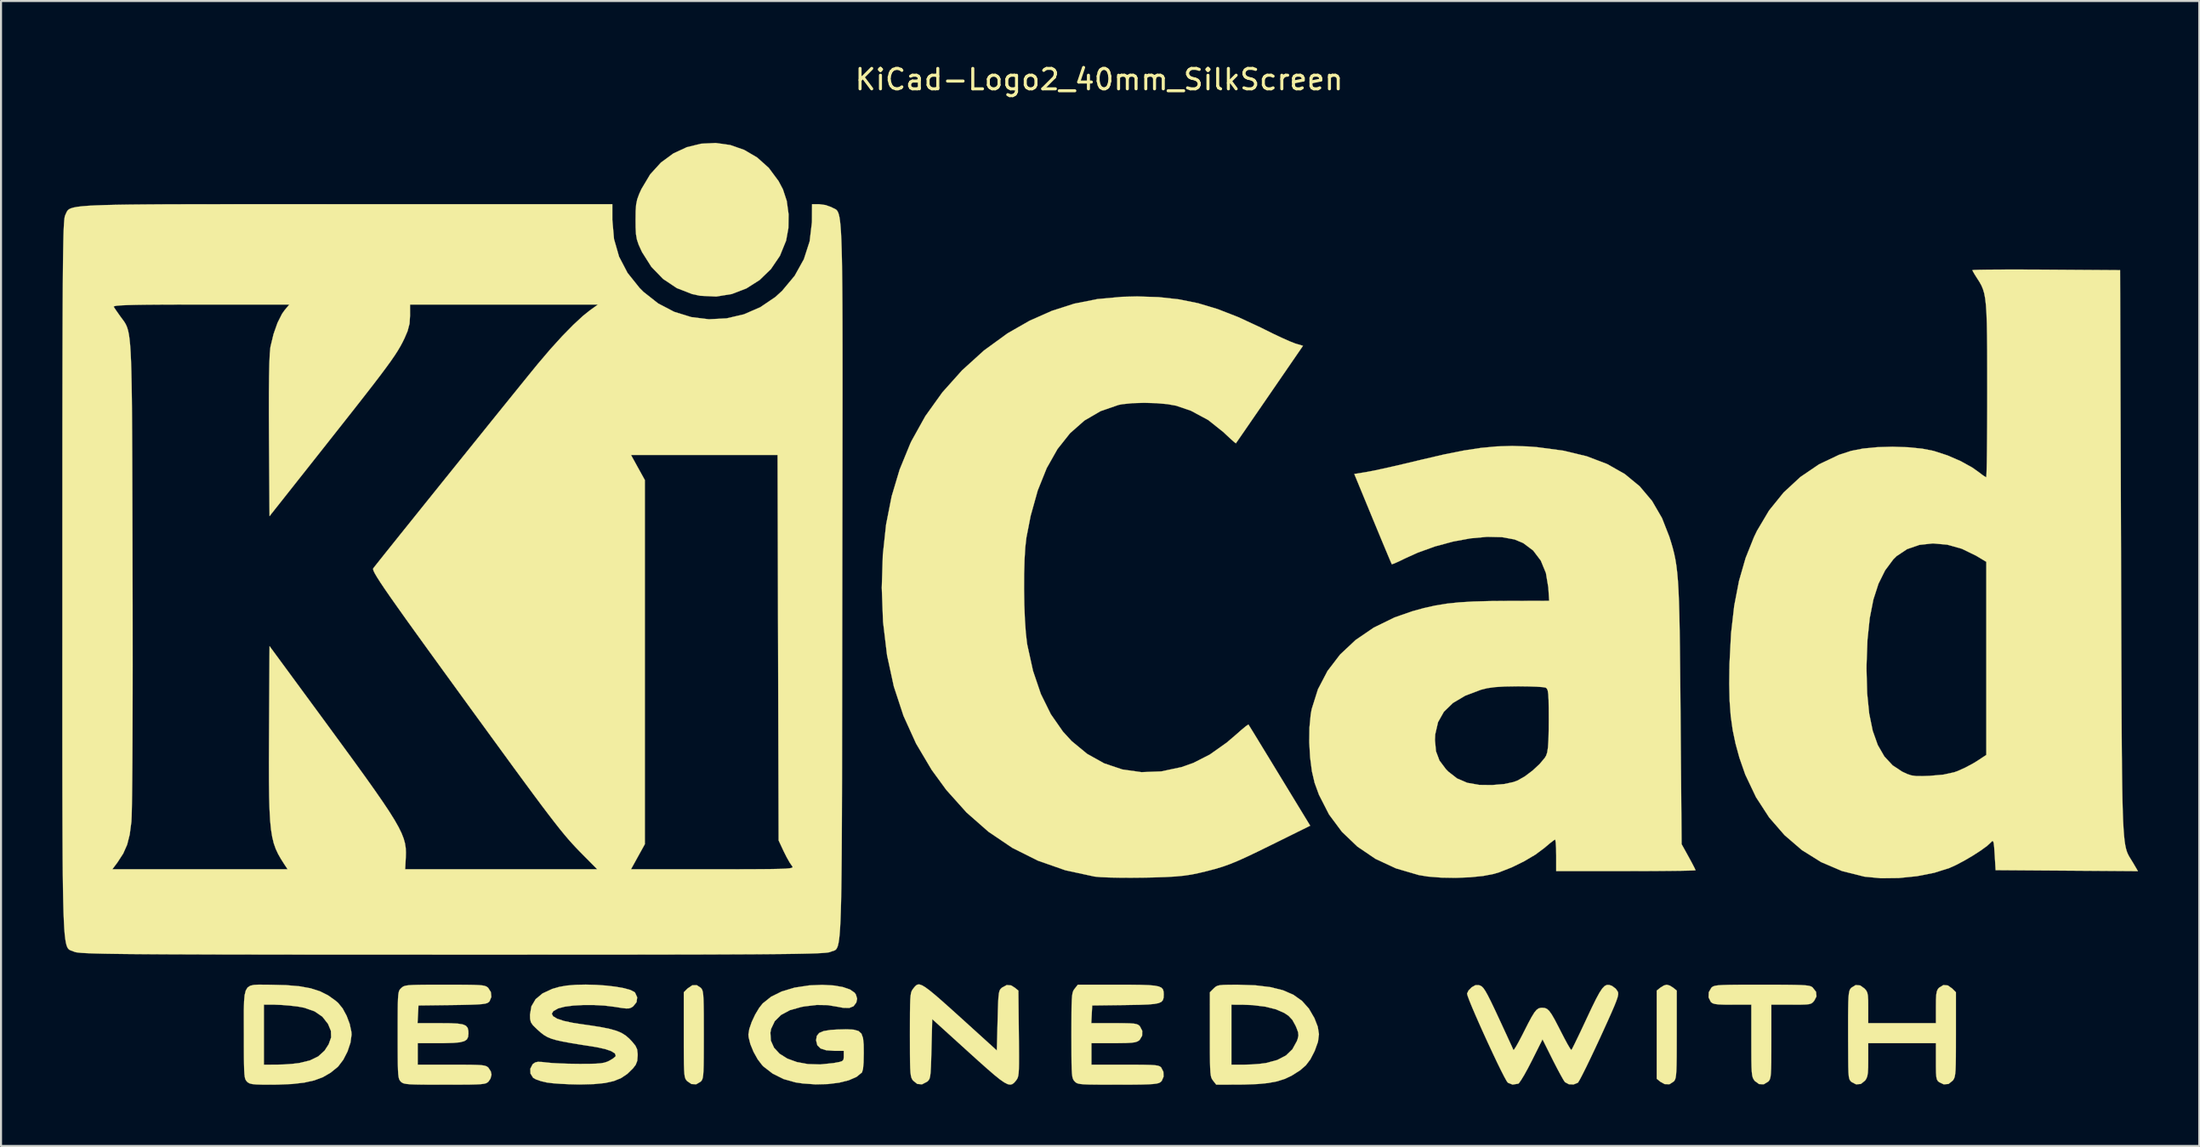
<source format=kicad_pcb>
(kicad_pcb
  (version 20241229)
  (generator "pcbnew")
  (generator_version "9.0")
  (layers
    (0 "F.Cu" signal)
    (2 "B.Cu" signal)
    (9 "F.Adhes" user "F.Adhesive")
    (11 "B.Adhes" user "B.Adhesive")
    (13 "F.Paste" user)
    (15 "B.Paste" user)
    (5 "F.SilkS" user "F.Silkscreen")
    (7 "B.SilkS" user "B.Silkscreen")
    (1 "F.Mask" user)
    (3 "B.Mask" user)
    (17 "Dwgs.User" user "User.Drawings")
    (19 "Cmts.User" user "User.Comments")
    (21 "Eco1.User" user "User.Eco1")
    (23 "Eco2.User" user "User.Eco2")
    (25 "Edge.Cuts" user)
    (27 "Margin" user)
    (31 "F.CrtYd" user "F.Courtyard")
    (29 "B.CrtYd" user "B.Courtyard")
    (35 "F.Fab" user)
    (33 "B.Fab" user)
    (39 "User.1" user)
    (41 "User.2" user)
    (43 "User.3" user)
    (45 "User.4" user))
  (footprint "KiCad-Logo2_40mm_SilkScreen"
    (layer "F.Cu")
    (at 50.806 23.708)
    (property "Reference" "KiCad-Logo2_40mm_SilkScreen" (at 0 -22.86 0) (layer "F.SilkS") (effects (font (size 1 1) (thickness 0.15))))
    (attr board_only exclude_from_pos_files exclude_from_bom allow_missing_courtyard)
    (fp_poly (pts (xy 27.966 21.545) (xy 28.124 21.644) (xy 28.302 21.788) (xy 28.302 23.935) (xy 28.301 24.563) (xy 28.299 25.057) (xy 28.293 25.436) (xy 28.284 25.717) (xy 28.269 25.917) (xy 28.249 26.054) (xy 28.221 26.146) (xy 28.184 26.209) (xy 28.158 26.24) (xy 27.948 26.377) (xy 27.709 26.371) (xy 27.5 26.255) (xy 27.322 26.11) (xy 27.322 21.788) (xy 27.5 21.644) (xy 27.672 21.539) (xy 27.812 21.5) (xy 27.966 21.545)) (stroke (width 0.01) (type solid)) (fill yes) (layer "F.SilkS"))
    (fp_poly (pts (xy -19.521 21.65) (xy -19.477 21.701) (xy -19.443 21.766) (xy -19.417 21.863) (xy -19.398 22.01) (xy -19.385 22.225) (xy -19.377 22.523) (xy -19.372 22.924) (xy -19.371 23.444) (xy -19.37 23.949) (xy -19.371 24.576) (xy -19.373 25.069) (xy -19.378 25.447) (xy -19.387 25.726) (xy -19.401 25.924) (xy -19.421 26.059) (xy -19.449 26.148) (xy -19.486 26.209) (xy -19.521 26.248) (xy -19.741 26.379) (xy -19.976 26.368) (xy -20.186 26.224) (xy -20.235 26.168) (xy -20.272 26.103) (xy -20.301 26.012) (xy -20.321 25.875) (xy -20.335 25.675) (xy -20.344 25.395) (xy -20.348 25.016) (xy -20.35 24.521) (xy -20.35 23.96) (xy -20.35 21.87) (xy -20.165 21.685) (xy -19.937 21.529) (xy -19.716 21.523) (xy -19.521 21.65)) (stroke (width 0.01) (type solid)) (fill yes) (layer "F.SilkS"))
    (fp_poly (pts (xy -18.076 -19.651) (xy -17.392 -19.413) (xy -16.756 -19.04) (xy -16.187 -18.531) (xy -15.708 -17.886) (xy -15.493 -17.48) (xy -15.306 -16.911) (xy -15.216 -16.254) (xy -15.226 -15.579) (xy -15.337 -14.968) (xy -15.641 -14.22) (xy -16.081 -13.572) (xy -16.635 -13.035) (xy -17.282 -12.624) (xy -17.998 -12.349) (xy -18.761 -12.225) (xy -19.549 -12.263) (xy -19.938 -12.345) (xy -20.695 -12.64) (xy -21.367 -13.089) (xy -21.938 -13.679) (xy -22.393 -14.397) (xy -22.431 -14.475) (xy -22.564 -14.769) (xy -22.647 -15.017) (xy -22.693 -15.278) (xy -22.711 -15.613) (xy -22.714 -15.977) (xy -22.709 -16.415) (xy -22.686 -16.732) (xy -22.634 -16.987) (xy -22.541 -17.243) (xy -22.426 -17.496) (xy -21.998 -18.213) (xy -21.47 -18.793) (xy -20.864 -19.237) (xy -20.201 -19.545) (xy -19.501 -19.716) (xy -18.786 -19.751) (xy -18.076 -19.651)) (stroke (width 0.01) (type solid)) (fill yes) (layer "F.SilkS"))
    (fp_poly (pts (xy 33.136 21.5) (xy 33.662 21.503) (xy 34.07 21.508) (xy 34.376 21.517) (xy 34.599 21.53) (xy 34.753 21.549) (xy 34.856 21.574) (xy 34.924 21.607) (xy 34.957 21.631) (xy 35.128 21.849) (xy 35.149 22.074) (xy 35.043 22.279) (xy 34.974 22.361) (xy 34.9 22.417) (xy 34.792 22.452) (xy 34.622 22.47) (xy 34.363 22.478) (xy 33.986 22.479) (xy 33.911 22.479) (xy 32.937 22.479) (xy 32.937 24.288) (xy 32.936 24.858) (xy 32.934 25.297) (xy 32.927 25.624) (xy 32.915 25.857) (xy 32.896 26.017) (xy 32.869 26.123) (xy 32.833 26.194) (xy 32.786 26.248) (xy 32.566 26.38) (xy 32.337 26.37) (xy 32.129 26.219) (xy 32.113 26.2) (xy 32.064 26.129) (xy 32.026 26.046) (xy 31.998 25.931) (xy 31.979 25.764) (xy 31.967 25.524) (xy 31.96 25.192) (xy 31.958 24.747) (xy 31.957 24.24) (xy 31.957 22.479) (xy 31.027 22.479) (xy 30.628 22.477) (xy 30.351 22.466) (xy 30.17 22.444) (xy 30.056 22.407) (xy 29.981 22.351) (xy 29.972 22.342) (xy 29.862 22.12) (xy 29.872 21.869) (xy 29.998 21.65) (xy 30.046 21.608) (xy 30.109 21.574) (xy 30.202 21.548) (xy 30.343 21.529) (xy 30.548 21.516) (xy 30.834 21.507) (xy 31.217 21.502) (xy 31.714 21.5) (xy 32.343 21.5) (xy 32.477 21.5) (xy 33.136 21.5)) (stroke (width 0.01) (type solid)) (fill yes) (layer "F.SilkS"))
    (fp_poly (pts (xy 41.587 21.536) (xy 41.797 21.685) (xy 41.982 21.87) (xy 41.982 23.936) (xy 41.981 24.549) (xy 41.979 25.03) (xy 41.973 25.397) (xy 41.964 25.668) (xy 41.948 25.861) (xy 41.926 25.995) (xy 41.896 26.088) (xy 41.856 26.158) (xy 41.825 26.2) (xy 41.62 26.364) (xy 41.385 26.382) (xy 41.169 26.281) (xy 41.098 26.222) (xy 41.051 26.143) (xy 41.022 26.016) (xy 41.007 25.812) (xy 41.002 25.503) (xy 41.002 25.264) (xy 41.002 24.364) (xy 37.685 24.364) (xy 37.685 25.183) (xy 37.682 25.557) (xy 37.668 25.814) (xy 37.639 25.988) (xy 37.589 26.112) (xy 37.529 26.2) (xy 37.323 26.364) (xy 37.09 26.383) (xy 36.866 26.267) (xy 36.805 26.206) (xy 36.762 26.125) (xy 36.734 25.999) (xy 36.717 25.803) (xy 36.708 25.511) (xy 36.704 25.099) (xy 36.704 25.004) (xy 36.7 24.227) (xy 36.699 23.587) (xy 36.699 23.069) (xy 36.703 22.66) (xy 36.709 22.345) (xy 36.72 22.11) (xy 36.736 21.942) (xy 36.758 21.825) (xy 36.785 21.746) (xy 36.819 21.692) (xy 36.856 21.65) (xy 37.069 21.518) (xy 37.291 21.536) (xy 37.5 21.685) (xy 37.585 21.78) (xy 37.639 21.886) (xy 37.669 22.037) (xy 37.683 22.267) (xy 37.685 22.613) (xy 37.685 22.627) (xy 37.685 23.384) (xy 41.002 23.384) (xy 41.002 22.592) (xy 41.005 22.228) (xy 41.019 21.982) (xy 41.048 21.822) (xy 41.097 21.716) (xy 41.153 21.65) (xy 41.365 21.518) (xy 41.587 21.536)) (stroke (width 0.01) (type solid)) (fill yes) (layer "F.SilkS"))
    (fp_poly (pts (xy 6.799 21.501) (xy 7.66 21.53) (xy 8.392 21.618) (xy 9.008 21.771) (xy 9.519 21.994) (xy 9.938 22.291) (xy 10.277 22.669) (xy 10.547 23.133) (xy 10.552 23.144) (xy 10.713 23.559) (xy 10.771 23.926) (xy 10.724 24.296) (xy 10.573 24.718) (xy 10.545 24.782) (xy 10.35 25.158) (xy 10.131 25.448) (xy 9.848 25.695) (xy 9.462 25.94) (xy 9.44 25.953) (xy 9.104 26.114) (xy 8.724 26.235) (xy 8.276 26.319) (xy 7.735 26.37) (xy 7.078 26.393) (xy 6.845 26.395) (xy 5.739 26.399) (xy 5.583 26.2) (xy 5.537 26.135) (xy 5.5 26.059) (xy 5.473 25.953) (xy 5.454 25.8) (xy 5.441 25.581) (xy 5.436 25.419) (xy 6.482 25.419) (xy 7.109 25.419) (xy 7.476 25.408) (xy 7.852 25.38) (xy 8.161 25.34) (xy 8.18 25.337) (xy 8.729 25.189) (xy 9.154 24.968) (xy 9.47 24.663) (xy 9.69 24.263) (xy 9.728 24.157) (xy 9.766 23.992) (xy 9.75 23.829) (xy 9.671 23.612) (xy 9.623 23.505) (xy 9.467 23.222) (xy 9.28 23.023) (xy 9.073 22.885) (xy 8.659 22.704) (xy 8.13 22.574) (xy 7.513 22.499) (xy 7.066 22.482) (xy 6.482 22.479) (xy 6.482 25.419) (xy 5.436 25.419) (xy 5.433 25.278) (xy 5.428 24.873) (xy 5.427 24.347) (xy 5.427 23.936) (xy 5.427 21.87) (xy 5.612 21.685) (xy 5.694 21.61) (xy 5.783 21.558) (xy 5.907 21.526) (xy 6.094 21.509) (xy 6.374 21.502) (xy 6.775 21.501) (xy 6.799 21.501)) (stroke (width 0.01) (type solid)) (fill yes) (layer "F.SilkS"))
    (fp_poly (pts (xy -40.87 21.5) (xy -40.606 21.502) (xy -39.834 21.521) (xy -39.187 21.576) (xy -38.643 21.674) (xy -38.181 21.821) (xy -37.779 22.022) (xy -37.413 22.284) (xy -37.283 22.397) (xy -37.067 22.663) (xy -36.871 23.024) (xy -36.721 23.424) (xy -36.639 23.807) (xy -36.63 23.949) (xy -36.684 24.342) (xy -36.827 24.771) (xy -37.035 25.177) (xy -37.281 25.501) (xy -37.321 25.54) (xy -37.66 25.814) (xy -38.031 26.029) (xy -38.455 26.188) (xy -38.954 26.299) (xy -39.55 26.367) (xy -40.264 26.396) (xy -40.59 26.399) (xy -41.006 26.397) (xy -41.298 26.388) (xy -41.494 26.37) (xy -41.622 26.338) (xy -41.709 26.29) (xy -41.755 26.248) (xy -41.799 26.197) (xy -41.834 26.132) (xy -41.86 26.035) (xy -41.879 25.888) (xy -41.892 25.674) (xy -41.9 25.375) (xy -41.904 24.974) (xy -41.906 24.454) (xy -41.906 23.949) (xy -41.908 23.275) (xy -41.908 22.737) (xy -41.901 22.479) (xy -40.926 22.479) (xy -40.926 25.419) (xy -40.305 25.418) (xy -39.93 25.408) (xy -39.539 25.38) (xy -39.212 25.341) (xy -39.202 25.34) (xy -38.673 25.212) (xy -38.263 25.013) (xy -37.952 24.73) (xy -37.753 24.423) (xy -37.631 24.083) (xy -37.641 23.764) (xy -37.783 23.422) (xy -38.06 23.067) (xy -38.444 22.805) (xy -38.943 22.63) (xy -39.276 22.568) (xy -39.655 22.524) (xy -40.056 22.492) (xy -40.397 22.479) (xy -40.418 22.479) (xy -40.926 22.479) (xy -41.901 22.479) (xy -41.897 22.319) (xy -41.869 22.007) (xy -41.814 21.785) (xy -41.726 21.638) (xy -41.595 21.551) (xy -41.414 21.509) (xy -41.175 21.497) (xy -40.87 21.5)) (stroke (width 0.01) (type solid)) (fill yes) (layer "F.SilkS"))
    (fp_poly (pts (xy -8.68 21.529) (xy -8.523 21.621) (xy -8.317 21.772) (xy -8.052 21.989) (xy -7.718 22.278) (xy -7.303 22.648) (xy -6.797 23.104) (xy -6.218 23.629) (xy -5.012 24.723) (xy -4.974 23.255) (xy -4.961 22.75) (xy -4.948 22.374) (xy -4.932 22.105) (xy -4.911 21.921) (xy -4.882 21.802) (xy -4.842 21.724) (xy -4.788 21.667) (xy -4.759 21.643) (xy -4.528 21.517) (xy -4.309 21.535) (xy -4.135 21.644) (xy -3.957 21.788) (xy -3.935 23.89) (xy -3.929 24.509) (xy -3.926 24.995) (xy -3.927 25.366) (xy -3.933 25.641) (xy -3.945 25.838) (xy -3.965 25.974) (xy -3.993 26.069) (xy -4.031 26.139) (xy -4.072 26.196) (xy -4.162 26.301) (xy -4.252 26.371) (xy -4.354 26.397) (xy -4.48 26.374) (xy -4.643 26.292) (xy -4.856 26.145) (xy -5.13 25.925) (xy -5.478 25.625) (xy -5.914 25.237) (xy -6.407 24.791) (xy -8.178 23.185) (xy -8.215 24.648) (xy -8.229 25.152) (xy -8.242 25.527) (xy -8.258 25.796) (xy -8.279 25.978) (xy -8.308 26.097) (xy -8.349 26.175) (xy -8.403 26.232) (xy -8.431 26.255) (xy -8.678 26.382) (xy -8.911 26.363) (xy -9.114 26.2) (xy -9.161 26.135) (xy -9.197 26.058) (xy -9.224 25.952) (xy -9.244 25.799) (xy -9.257 25.579) (xy -9.265 25.275) (xy -9.269 24.868) (xy -9.27 24.34) (xy -9.271 23.949) (xy -9.27 23.338) (xy -9.268 22.859) (xy -9.262 22.494) (xy -9.253 22.225) (xy -9.237 22.033) (xy -9.215 21.9) (xy -9.184 21.808) (xy -9.144 21.738) (xy -9.114 21.698) (xy -9.039 21.604) (xy -8.969 21.533) (xy -8.892 21.492) (xy -8.8 21.488) (xy -8.68 21.529)) (stroke (width 0.01) (type solid)) (fill yes) (layer "F.SilkS"))
    (fp_poly (pts (xy -13.02 21.536) (xy -12.562 21.613) (xy -12.211 21.733) (xy -11.982 21.89) (xy -11.92 21.979) (xy -11.857 22.188) (xy -11.899 22.376) (xy -12.034 22.555) (xy -12.243 22.639) (xy -12.546 22.632) (xy -12.781 22.587) (xy -13.302 22.5) (xy -13.835 22.492) (xy -14.432 22.562) (xy -14.596 22.592) (xy -15.151 22.748) (xy -15.585 22.981) (xy -15.893 23.286) (xy -16.071 23.659) (xy -16.108 23.852) (xy -16.084 24.243) (xy -15.928 24.59) (xy -15.655 24.884) (xy -15.279 25.12) (xy -14.814 25.29) (xy -14.273 25.389) (xy -13.673 25.408) (xy -13.025 25.342) (xy -12.989 25.336) (xy -12.731 25.288) (xy -12.589 25.241) (xy -12.527 25.173) (xy -12.512 25.058) (xy -12.512 24.997) (xy -12.512 24.741) (xy -12.969 24.741) (xy -13.372 24.713) (xy -13.648 24.625) (xy -13.808 24.468) (xy -13.866 24.236) (xy -13.867 24.206) (xy -13.833 24.007) (xy -13.717 23.865) (xy -13.5 23.772) (xy -13.164 23.717) (xy -12.84 23.697) (xy -12.368 23.685) (xy -12.026 23.703) (xy -11.792 23.768) (xy -11.647 23.898) (xy -11.569 24.113) (xy -11.537 24.429) (xy -11.532 24.845) (xy -11.541 25.308) (xy -11.569 25.624) (xy -11.617 25.792) (xy -11.626 25.805) (xy -11.886 26.016) (xy -12.267 26.183) (xy -12.745 26.302) (xy -13.295 26.37) (xy -13.895 26.384) (xy -14.519 26.34) (xy -14.886 26.286) (xy -15.461 26.123) (xy -15.996 25.857) (xy -16.444 25.511) (xy -16.512 25.442) (xy -16.733 25.151) (xy -16.933 24.791) (xy -17.088 24.414) (xy -17.174 24.071) (xy -17.185 23.94) (xy -17.14 23.665) (xy -17.022 23.323) (xy -16.854 22.964) (xy -16.657 22.635) (xy -16.483 22.416) (xy -16.076 22.09) (xy -15.549 21.83) (xy -14.923 21.643) (xy -14.215 21.534) (xy -13.567 21.507) (xy -13.02 21.536)) (stroke (width 0.01) (type solid)) (fill yes) (layer "F.SilkS"))
    (fp_poly (pts (xy 1.538 21.501) (xy 2.048 21.507) (xy 2.438 21.521) (xy 2.726 21.547) (xy 2.926 21.588) (xy 3.054 21.647) (xy 3.126 21.727) (xy 3.158 21.833) (xy 3.166 21.966) (xy 3.166 21.982) (xy 3.159 22.133) (xy 3.127 22.25) (xy 3.053 22.338) (xy 2.92 22.4) (xy 2.71 22.442) (xy 2.405 22.469) (xy 1.989 22.485) (xy 1.444 22.494) (xy 1.277 22.497) (xy -0.339 22.517) (xy -0.362 22.95) (xy -0.384 23.384) (xy 0.738 23.384) (xy 1.177 23.385) (xy 1.49 23.392) (xy 1.703 23.407) (xy 1.841 23.434) (xy 1.93 23.474) (xy 1.995 23.532) (xy 1.995 23.532) (xy 2.112 23.757) (xy 2.108 23.999) (xy 1.985 24.206) (xy 1.961 24.227) (xy 1.874 24.282) (xy 1.756 24.32) (xy 1.579 24.344) (xy 1.318 24.358) (xy 0.946 24.363) (xy 0.708 24.364) (xy -0.377 24.364) (xy -0.377 25.419) (xy 1.27 25.419) (xy 1.813 25.42) (xy 2.226 25.424) (xy 2.528 25.432) (xy 2.739 25.446) (xy 2.879 25.468) (xy 2.968 25.5) (xy 3.026 25.541) (xy 3.041 25.557) (xy 3.149 25.767) (xy 3.157 26.007) (xy 3.068 26.215) (xy 2.998 26.281) (xy 2.925 26.318) (xy 2.812 26.346) (xy 2.641 26.368) (xy 2.395 26.382) (xy 2.055 26.392) (xy 1.603 26.397) (xy 1.022 26.399) (xy 0.891 26.399) (xy 0.3 26.398) (xy -0.159 26.396) (xy -0.504 26.391) (xy -0.753 26.381) (xy -0.927 26.365) (xy -1.042 26.341) (xy -1.118 26.308) (xy -1.173 26.265) (xy -1.203 26.234) (xy -1.248 26.179) (xy -1.284 26.11) (xy -1.311 26.011) (xy -1.33 25.863) (xy -1.343 25.648) (xy -1.351 25.348) (xy -1.355 24.946) (xy -1.356 24.423) (xy -1.357 23.983) (xy -1.356 23.366) (xy -1.354 22.882) (xy -1.349 22.512) (xy -1.339 22.239) (xy -1.324 22.043) (xy -1.302 21.907) (xy -1.273 21.813) (xy -1.234 21.743) (xy -1.2 21.698) (xy -1.044 21.5) (xy 0.893 21.5) (xy 1.538 21.501)) (stroke (width 0.01) (type solid)) (fill yes) (layer "F.SilkS"))
    (fp_poly (pts (xy -31.465 21.5) (xy -31.002 21.503) (xy -30.652 21.508) (xy -30.397 21.519) (xy -30.219 21.535) (xy -30.099 21.559) (xy -30.018 21.591) (xy -29.958 21.634) (xy -29.936 21.653) (xy -29.804 21.861) (xy -29.781 22.099) (xy -29.868 22.31) (xy -29.908 22.353) (xy -29.973 22.395) (xy -30.077 22.427) (xy -30.241 22.451) (xy -30.483 22.468) (xy -30.823 22.481) (xy -31.28 22.491) (xy -31.698 22.497) (xy -33.352 22.517) (xy -33.374 22.95) (xy -33.397 23.384) (xy -32.274 23.384) (xy -31.787 23.388) (xy -31.43 23.406) (xy -31.184 23.444) (xy -31.028 23.511) (xy -30.942 23.613) (xy -30.907 23.759) (xy -30.902 23.894) (xy -30.919 24.06) (xy -30.981 24.182) (xy -31.109 24.267) (xy -31.321 24.322) (xy -31.636 24.351) (xy -32.074 24.363) (xy -32.313 24.364) (xy -33.389 24.364) (xy -33.389 25.419) (xy -31.731 25.419) (xy -31.188 25.42) (xy -30.775 25.423) (xy -30.472 25.431) (xy -30.259 25.444) (xy -30.115 25.466) (xy -30.021 25.497) (xy -29.955 25.539) (xy -29.922 25.57) (xy -29.808 25.749) (xy -29.772 25.909) (xy -29.824 26.104) (xy -29.922 26.248) (xy -29.975 26.293) (xy -30.042 26.329) (xy -30.144 26.355) (xy -30.296 26.374) (xy -30.519 26.386) (xy -30.83 26.394) (xy -31.247 26.397) (xy -31.789 26.399) (xy -32.07 26.399) (xy -32.672 26.398) (xy -33.142 26.396) (xy -33.497 26.39) (xy -33.756 26.38) (xy -33.938 26.364) (xy -34.059 26.341) (xy -34.139 26.31) (xy -34.196 26.269) (xy -34.218 26.248) (xy -34.262 26.197) (xy -34.297 26.132) (xy -34.323 26.034) (xy -34.342 25.887) (xy -34.355 25.672) (xy -34.363 25.372) (xy -34.367 24.97) (xy -34.369 24.448) (xy -34.369 23.962) (xy -34.369 23.34) (xy -34.367 22.851) (xy -34.363 22.477) (xy -34.355 22.201) (xy -34.341 22.006) (xy -34.321 21.873) (xy -34.293 21.785) (xy -34.255 21.725) (xy -34.207 21.675) (xy -34.195 21.663) (xy -34.137 21.614) (xy -34.07 21.575) (xy -33.974 21.547) (xy -33.833 21.526) (xy -33.626 21.513) (xy -33.335 21.505) (xy -32.941 21.501) (xy -32.426 21.5) (xy -32.061 21.5) (xy -31.465 21.5)) (stroke (width 0.01) (type solid)) (fill yes) (layer "F.SilkS"))
    (fp_poly (pts (xy 25.001 21.513) (xy 25.132 21.559) (xy 25.137 21.562) (xy 25.315 21.697) (xy 25.413 21.837) (xy 25.432 21.902) (xy 25.431 21.989) (xy 25.404 22.113) (xy 25.345 22.289) (xy 25.249 22.532) (xy 25.108 22.859) (xy 24.918 23.284) (xy 24.673 23.823) (xy 24.538 24.118) (xy 24.293 24.644) (xy 24.064 25.127) (xy 23.859 25.551) (xy 23.686 25.897) (xy 23.554 26.148) (xy 23.472 26.285) (xy 23.456 26.304) (xy 23.249 26.388) (xy 23.015 26.377) (xy 22.827 26.275) (xy 22.82 26.267) (xy 22.745 26.154) (xy 22.62 25.933) (xy 22.459 25.634) (xy 22.279 25.285) (xy 22.214 25.156) (xy 21.726 24.177) (xy 21.193 25.241) (xy 21.003 25.608) (xy 20.827 25.927) (xy 20.678 26.172) (xy 20.573 26.32) (xy 20.537 26.351) (xy 20.258 26.394) (xy 20.029 26.304) (xy 19.961 26.209) (xy 19.844 25.997) (xy 19.687 25.689) (xy 19.5 25.307) (xy 19.293 24.87) (xy 19.074 24.4) (xy 18.853 23.918) (xy 18.64 23.444) (xy 18.445 23) (xy 18.276 22.606) (xy 18.144 22.283) (xy 18.059 22.053) (xy 18.028 21.935) (xy 18.029 21.931) (xy 18.102 21.782) (xy 18.25 21.631) (xy 18.258 21.624) (xy 18.44 21.522) (xy 18.607 21.523) (xy 18.67 21.542) (xy 18.747 21.584) (xy 18.828 21.666) (xy 18.924 21.806) (xy 19.044 22.02) (xy 19.198 22.325) (xy 19.396 22.739) (xy 19.574 23.121) (xy 19.779 23.564) (xy 19.963 23.962) (xy 20.116 24.295) (xy 20.229 24.541) (xy 20.291 24.681) (xy 20.3 24.703) (xy 20.341 24.667) (xy 20.436 24.518) (xy 20.571 24.276) (xy 20.734 23.965) (xy 20.799 23.836) (xy 21.019 23.402) (xy 21.189 23.086) (xy 21.322 22.869) (xy 21.433 22.734) (xy 21.535 22.661) (xy 21.643 22.633) (xy 21.713 22.63) (xy 21.837 22.641) (xy 21.945 22.686) (xy 22.053 22.785) (xy 22.175 22.955) (xy 22.325 23.215) (xy 22.518 23.585) (xy 22.625 23.795) (xy 22.798 24.13) (xy 22.948 24.408) (xy 23.064 24.605) (xy 23.131 24.698) (xy 23.14 24.702) (xy 23.183 24.629) (xy 23.279 24.439) (xy 23.419 24.151) (xy 23.594 23.787) (xy 23.792 23.365) (xy 23.89 23.155) (xy 24.144 22.615) (xy 24.349 22.199) (xy 24.515 21.893) (xy 24.652 21.686) (xy 24.772 21.562) (xy 24.885 21.509) (xy 25.001 21.513)) (stroke (width 0.01) (type solid)) (fill yes) (layer "F.SilkS"))
    (fp_poly (pts (xy -24.648 21.508) (xy -24.148 21.543) (xy -23.684 21.598) (xy -23.281 21.67) (xy -22.967 21.757) (xy -22.77 21.858) (xy -22.739 21.888) (xy -22.634 22.119) (xy -22.666 22.356) (xy -22.83 22.559) (xy -22.837 22.565) (xy -22.934 22.627) (xy -23.034 22.66) (xy -23.174 22.664) (xy -23.39 22.64) (xy -23.716 22.588) (xy -23.742 22.584) (xy -24.227 22.524) (xy -24.751 22.495) (xy -25.277 22.495) (xy -25.767 22.522) (xy -26.186 22.577) (xy -26.495 22.658) (xy -26.515 22.666) (xy -26.74 22.792) (xy -26.819 22.919) (xy -26.757 23.044) (xy -26.56 23.164) (xy -26.232 23.274) (xy -25.778 23.371) (xy -25.475 23.418) (xy -24.847 23.508) (xy -24.346 23.59) (xy -23.954 23.672) (xy -23.647 23.76) (xy -23.405 23.862) (xy -23.207 23.985) (xy -23.03 24.135) (xy -22.889 24.283) (xy -22.721 24.489) (xy -22.638 24.666) (xy -22.612 24.884) (xy -22.611 24.964) (xy -22.631 25.229) (xy -22.708 25.427) (xy -22.843 25.602) (xy -23.116 25.869) (xy -23.42 26.074) (xy -23.779 26.221) (xy -24.214 26.318) (xy -24.748 26.371) (xy -25.405 26.388) (xy -25.513 26.388) (xy -25.951 26.378) (xy -26.385 26.358) (xy -26.768 26.329) (xy -27.053 26.294) (xy -27.076 26.29) (xy -27.359 26.223) (xy -27.599 26.138) (xy -27.735 26.06) (xy -27.862 25.856) (xy -27.871 25.618) (xy -27.762 25.406) (xy -27.737 25.382) (xy -27.636 25.311) (xy -27.51 25.28) (xy -27.315 25.285) (xy -27.078 25.312) (xy -26.813 25.337) (xy -26.441 25.357) (xy -26.008 25.372) (xy -25.556 25.379) (xy -25.438 25.38) (xy -24.985 25.378) (xy -24.653 25.369) (xy -24.414 25.35) (xy -24.237 25.318) (xy -24.095 25.27) (xy -24.01 25.23) (xy -23.822 25.119) (xy -23.702 25.019) (xy -23.685 24.99) (xy -23.722 24.873) (xy -23.897 24.759) (xy -24.199 24.654) (xy -24.615 24.563) (xy -24.738 24.542) (xy -25.378 24.442) (xy -25.889 24.358) (xy -26.291 24.284) (xy -26.602 24.215) (xy -26.844 24.143) (xy -27.035 24.064) (xy -27.196 23.971) (xy -27.345 23.858) (xy -27.503 23.718) (xy -27.557 23.669) (xy -27.743 23.487) (xy -27.842 23.342) (xy -27.881 23.176) (xy -27.887 22.968) (xy -27.818 22.559) (xy -27.613 22.211) (xy -27.271 21.926) (xy -26.795 21.705) (xy -26.455 21.606) (xy -26.086 21.542) (xy -25.644 21.505) (xy -25.155 21.495) (xy -24.648 21.508)) (stroke (width 0.01) (type solid)) (fill yes) (layer "F.SilkS"))
    (fp_poly (pts (xy 2.917 -12.197) (xy 3.899 -12.09) (xy 4.85 -11.898) (xy 5.809 -11.61) (xy 6.815 -11.218) (xy 7.907 -10.711) (xy 8.103 -10.613) (xy 8.554 -10.39) (xy 8.98 -10.19) (xy 9.338 -10.031) (xy 9.586 -9.933) (xy 9.624 -9.92) (xy 9.989 -9.811) (xy 8.354 -7.432) (xy 7.954 -6.85) (xy 7.588 -6.319) (xy 7.27 -5.856) (xy 7.01 -5.479) (xy 6.822 -5.207) (xy 6.718 -5.057) (xy 6.701 -5.033) (xy 6.632 -5.083) (xy 6.463 -5.232) (xy 6.223 -5.454) (xy 6.091 -5.58) (xy 5.343 -6.175) (xy 4.502 -6.627) (xy 3.778 -6.875) (xy 3.343 -6.953) (xy 2.799 -7) (xy 2.209 -7.016) (xy 1.638 -7) (xy 1.148 -6.951) (xy 0.953 -6.914) (xy 0.074 -6.611) (xy -0.719 -6.149) (xy -1.424 -5.528) (xy -2.041 -4.75) (xy -2.569 -3.815) (xy -3.008 -2.723) (xy -3.356 -1.477) (xy -3.564 -0.41) (xy -3.618 0.061) (xy -3.655 0.67) (xy -3.675 1.372) (xy -3.678 2.125) (xy -3.666 2.883) (xy -3.637 3.605) (xy -3.593 4.245) (xy -3.534 4.76) (xy -3.521 4.839) (xy -3.239 6.12) (xy -2.855 7.253) (xy -2.366 8.244) (xy -1.771 9.098) (xy -1.348 9.559) (xy -0.588 10.186) (xy 0.245 10.651) (xy 1.138 10.951) (xy 2.076 11.083) (xy 3.045 11.046) (xy 4.031 10.837) (xy 4.614 10.632) (xy 5.422 10.221) (xy 6.253 9.633) (xy 6.719 9.235) (xy 6.981 9.004) (xy 7.187 8.835) (xy 7.304 8.754) (xy 7.318 8.751) (xy 7.37 8.835) (xy 7.506 9.054) (xy 7.713 9.392) (xy 7.979 9.829) (xy 8.295 10.346) (xy 8.647 10.924) (xy 8.843 11.246) (xy 10.342 13.707) (xy 8.471 14.632) (xy 7.795 14.964) (xy 7.247 15.226) (xy 6.794 15.43) (xy 6.402 15.591) (xy 6.039 15.72) (xy 5.67 15.831) (xy 5.262 15.937) (xy 4.871 16.03) (xy 4.523 16.102) (xy 4.159 16.156) (xy 3.744 16.196) (xy 3.239 16.224) (xy 2.609 16.244) (xy 2.185 16.252) (xy 1.579 16.258) (xy 0.999 16.255) (xy 0.481 16.245) (xy 0.066 16.227) (xy -0.209 16.202) (xy -0.226 16.2) (xy -1.656 15.891) (xy -2.999 15.421) (xy -4.254 14.793) (xy -5.421 14.005) (xy -6.499 13.058) (xy -7.489 11.953) (xy -8.206 10.97) (xy -8.969 9.684) (xy -9.585 8.326) (xy -10.059 6.885) (xy -10.392 5.35) (xy -10.588 3.711) (xy -10.65 2.046) (xy -10.599 0.435) (xy -10.439 -1.051) (xy -10.166 -2.437) (xy -9.774 -3.749) (xy -9.257 -5.012) (xy -9.196 -5.142) (xy -8.516 -6.365) (xy -7.682 -7.529) (xy -6.716 -8.609) (xy -5.643 -9.582) (xy -4.485 -10.424) (xy -3.407 -11.041) (xy -2.317 -11.524) (xy -1.225 -11.875) (xy -0.089 -12.101) (xy 1.135 -12.213) (xy 1.866 -12.23) (xy 2.917 -12.197)) (stroke (width 0.01) (type solid)) (fill yes) (layer "F.SilkS"))
    (fp_poly (pts (xy 45.37 -13.548) (xy 46.144 -13.545) (xy 46.407 -13.543) (xy 50.026 -13.519) (xy 50.072 0.364) (xy 50.078 2.247) (xy 50.083 3.956) (xy 50.088 5.501) (xy 50.093 6.891) (xy 50.098 8.133) (xy 50.104 9.238) (xy 50.111 10.214) (xy 50.12 11.07) (xy 50.13 11.814) (xy 50.142 12.456) (xy 50.157 13.005) (xy 50.174 13.468) (xy 50.195 13.855) (xy 50.219 14.176) (xy 50.246 14.438) (xy 50.278 14.651) (xy 50.314 14.823) (xy 50.355 14.963) (xy 50.401 15.08) (xy 50.453 15.184) (xy 50.511 15.282) (xy 50.574 15.384) (xy 50.644 15.498) (xy 50.659 15.522) (xy 50.9 15.934) (xy 43.927 15.886) (xy 43.881 15.12) (xy 43.856 14.753) (xy 43.83 14.54) (xy 43.795 14.456) (xy 43.743 14.473) (xy 43.699 14.522) (xy 43.507 14.699) (xy 43.195 14.926) (xy 42.806 15.177) (xy 42.384 15.424) (xy 41.974 15.64) (xy 41.659 15.782) (xy 40.921 16.015) (xy 40.074 16.181) (xy 39.181 16.272) (xy 38.304 16.282) (xy 37.506 16.205) (xy 37.493 16.203) (xy 36.401 15.929) (xy 35.379 15.492) (xy 34.436 14.903) (xy 33.583 14.169) (xy 32.829 13.301) (xy 32.185 12.308) (xy 31.659 11.2) (xy 31.373 10.378) (xy 31.185 9.691) (xy 31.045 9.026) (xy 30.949 8.342) (xy 30.894 7.599) (xy 30.875 6.757) (xy 30.883 6.069) (xy 37.601 6.069) (xy 37.633 7.222) (xy 37.733 8.215) (xy 37.905 9.055) (xy 38.152 9.752) (xy 38.476 10.314) (xy 38.881 10.75) (xy 39.348 11.058) (xy 39.592 11.173) (xy 39.803 11.242) (xy 40.038 11.274) (xy 40.354 11.276) (xy 40.695 11.264) (xy 41.364 11.205) (xy 41.894 11.089) (xy 42.06 11.031) (xy 42.44 10.86) (xy 42.841 10.645) (xy 43.016 10.538) (xy 43.471 10.239) (xy 43.471 0.776) (xy 42.971 0.476) (xy 42.272 0.136) (xy 41.559 -0.064) (xy 40.856 -0.127) (xy 40.191 -0.054) (xy 39.589 0.154) (xy 39.075 0.496) (xy 38.91 0.66) (xy 38.511 1.197) (xy 38.188 1.848) (xy 37.938 2.623) (xy 37.759 3.534) (xy 37.648 4.591) (xy 37.603 5.807) (xy 37.601 6.069) (xy 30.883 6.069) (xy 30.887 5.783) (xy 30.964 4.284) (xy 31.118 2.932) (xy 31.354 1.708) (xy 31.676 0.59) (xy 32.087 -0.439) (xy 32.234 -0.744) (xy 32.825 -1.739) (xy 33.54 -2.623) (xy 34.361 -3.383) (xy 35.272 -4.002) (xy 36.255 -4.469) (xy 36.845 -4.661) (xy 37.424 -4.775) (xy 38.121 -4.843) (xy 38.877 -4.865) (xy 39.634 -4.84) (xy 40.333 -4.77) (xy 40.895 -4.659) (xy 41.563 -4.442) (xy 42.211 -4.162) (xy 42.777 -3.849) (xy 43.079 -3.636) (xy 43.287 -3.478) (xy 43.433 -3.382) (xy 43.466 -3.368) (xy 43.476 -3.457) (xy 43.486 -3.709) (xy 43.495 -4.108) (xy 43.502 -4.635) (xy 43.508 -5.273) (xy 43.513 -6.005) (xy 43.516 -6.811) (xy 43.517 -7.633) (xy 43.516 -8.685) (xy 43.514 -9.572) (xy 43.507 -10.311) (xy 43.496 -10.919) (xy 43.478 -11.413) (xy 43.452 -11.809) (xy 43.416 -12.125) (xy 43.369 -12.378) (xy 43.308 -12.584) (xy 43.234 -12.762) (xy 43.144 -12.926) (xy 43.036 -13.096) (xy 43.022 -13.117) (xy 42.884 -13.336) (xy 42.8 -13.487) (xy 42.789 -13.518) (xy 42.876 -13.528) (xy 43.127 -13.537) (xy 43.521 -13.543) (xy 44.039 -13.547) (xy 44.662 -13.549) (xy 45.37 -13.548)) (stroke (width 0.01) (type solid)) (fill yes) (layer "F.SilkS"))
    (fp_poly (pts (xy 21.003 -4.879) (xy 21.454 -4.845) (xy 22.745 -4.673) (xy 23.888 -4.399) (xy 24.889 -4.019) (xy 25.753 -3.53) (xy 26.486 -2.927) (xy 27.094 -2.207) (xy 27.583 -1.365) (xy 27.939 -0.455) (xy 28.03 -0.165) (xy 28.109 0.107) (xy 28.177 0.375) (xy 28.235 0.654) (xy 28.284 0.958) (xy 28.325 1.303) (xy 28.36 1.702) (xy 28.388 2.171) (xy 28.411 2.723) (xy 28.43 3.374) (xy 28.445 4.139) (xy 28.458 5.031) (xy 28.469 6.066) (xy 28.48 7.259) (xy 28.488 8.194) (xy 28.541 14.612) (xy 28.882 15.229) (xy 29.044 15.527) (xy 29.164 15.758) (xy 29.222 15.881) (xy 29.224 15.89) (xy 29.136 15.899) (xy 28.886 15.908) (xy 28.494 15.916) (xy 27.979 15.922) (xy 27.362 15.927) (xy 26.663 15.931) (xy 25.901 15.932) (xy 25.81 15.932) (xy 22.396 15.932) (xy 22.396 15.158) (xy 22.39 14.808) (xy 22.374 14.541) (xy 22.352 14.398) (xy 22.342 14.384) (xy 22.252 14.44) (xy 22.066 14.586) (xy 21.824 14.791) (xy 21.819 14.795) (xy 21.378 15.124) (xy 20.82 15.454) (xy 20.21 15.752) (xy 19.61 15.988) (xy 19.346 16.068) (xy 18.82 16.17) (xy 18.175 16.235) (xy 17.469 16.263) (xy 16.762 16.251) (xy 16.113 16.2) (xy 15.659 16.126) (xy 14.545 15.799) (xy 13.542 15.333) (xy 12.657 14.733) (xy 11.896 14.006) (xy 11.265 13.158) (xy 10.772 12.193) (xy 10.559 11.608) (xy 10.426 11.039) (xy 10.338 10.356) (xy 10.297 9.622) (xy 10.298 9.515) (xy 16.455 9.515) (xy 16.506 10.06) (xy 16.676 10.513) (xy 16.991 10.934) (xy 17.111 11.057) (xy 17.54 11.391) (xy 18.036 11.604) (xy 18.63 11.708) (xy 19.256 11.715) (xy 19.849 11.665) (xy 20.304 11.567) (xy 20.501 11.493) (xy 20.857 11.292) (xy 21.233 11.009) (xy 21.577 10.691) (xy 21.834 10.386) (xy 21.902 10.274) (xy 21.955 10.117) (xy 21.993 9.868) (xy 22.017 9.502) (xy 22.029 8.996) (xy 22.032 8.514) (xy 22.03 7.952) (xy 22.023 7.546) (xy 22.008 7.269) (xy 21.983 7.094) (xy 21.944 6.996) (xy 21.889 6.947) (xy 21.872 6.939) (xy 21.725 6.915) (xy 21.435 6.895) (xy 21.042 6.882) (xy 20.583 6.876) (xy 20.484 6.876) (xy 19.871 6.886) (xy 19.398 6.915) (xy 19.022 6.967) (xy 18.711 7.044) (xy 17.941 7.335) (xy 17.337 7.693) (xy 16.893 8.124) (xy 16.606 8.633) (xy 16.469 9.227) (xy 16.455 9.515) (xy 10.298 9.515) (xy 10.306 8.899) (xy 10.368 8.252) (xy 10.416 7.991) (xy 10.722 7.02) (xy 11.189 6.127) (xy 11.806 5.32) (xy 12.565 4.607) (xy 13.458 3.998) (xy 14.475 3.501) (xy 15.34 3.199) (xy 15.918 3.04) (xy 16.471 2.917) (xy 17.034 2.825) (xy 17.644 2.761) (xy 18.337 2.72) (xy 19.147 2.698) (xy 19.88 2.692) (xy 22.052 2.686) (xy 22.01 2.033) (xy 21.892 1.324) (xy 21.641 0.715) (xy 21.267 0.221) (xy 20.781 -0.143) (xy 20.354 -0.321) (xy 19.741 -0.433) (xy 19.011 -0.449) (xy 18.199 -0.375) (xy 17.339 -0.217) (xy 16.465 0.019) (xy 15.61 0.327) (xy 14.989 0.609) (xy 14.691 0.754) (xy 14.463 0.855) (xy 14.347 0.895) (xy 14.341 0.893) (xy 14.301 0.805) (xy 14.201 0.571) (xy 14.051 0.213) (xy 13.859 -0.246) (xy 13.636 -0.784) (xy 13.409 -1.332) (xy 12.503 -3.529) (xy 13.148 -3.635) (xy 13.427 -3.688) (xy 13.847 -3.777) (xy 14.372 -3.894) (xy 14.965 -4.032) (xy 15.592 -4.181) (xy 15.841 -4.241) (xy 16.919 -4.491) (xy 17.864 -4.679) (xy 18.709 -4.808) (xy 19.491 -4.881) (xy 20.243 -4.904) (xy 21.003 -4.879)) (stroke (width 0.01) (type solid)) (fill yes) (layer "F.SilkS"))
    (fp_poly (pts (xy -39.491 -16.752) (xy -37.737 -16.751) (xy -36.921 -16.751) (xy -23.852 -16.751) (xy -23.852 -15.981) (xy -23.77 -15.043) (xy -23.522 -14.179) (xy -23.106 -13.382) (xy -22.519 -12.648) (xy -22.32 -12.449) (xy -21.606 -11.887) (xy -20.819 -11.476) (xy -19.982 -11.218) (xy -19.118 -11.112) (xy -18.251 -11.157) (xy -17.405 -11.354) (xy -16.602 -11.703) (xy -15.866 -12.202) (xy -15.535 -12.503) (xy -14.919 -13.242) (xy -14.468 -14.054) (xy -14.184 -14.931) (xy -14.073 -15.863) (xy -14.071 -15.955) (xy -14.066 -16.751) (xy -13.715 -16.751) (xy -13.405 -16.709) (xy -13.121 -16.607) (xy -13.102 -16.596) (xy -13.038 -16.563) (xy -12.98 -16.537) (xy -12.926 -16.511) (xy -12.877 -16.477) (xy -12.832 -16.428) (xy -12.792 -16.356) (xy -12.756 -16.254) (xy -12.724 -16.114) (xy -12.696 -15.928) (xy -12.672 -15.689) (xy -12.65 -15.39) (xy -12.632 -15.023) (xy -12.617 -14.58) (xy -12.604 -14.054) (xy -12.594 -13.438) (xy -12.586 -12.723) (xy -12.58 -11.902) (xy -12.576 -10.968) (xy -12.574 -9.913) (xy -12.573 -8.73) (xy -12.573 -7.411) (xy -12.575 -5.948) (xy -12.577 -4.335) (xy -12.579 -2.562) (xy -12.582 -0.624) (xy -12.585 1.488) (xy -12.585 1.745) (xy -12.588 3.871) (xy -12.59 5.822) (xy -12.592 7.606) (xy -12.595 9.23) (xy -12.597 10.703) (xy -12.6 12.031) (xy -12.604 13.223) (xy -12.609 14.285) (xy -12.615 15.225) (xy -12.623 16.051) (xy -12.632 16.77) (xy -12.644 17.391) (xy -12.658 17.919) (xy -12.674 18.364) (xy -12.693 18.732) (xy -12.715 19.031) (xy -12.74 19.268) (xy -12.769 19.452) (xy -12.801 19.589) (xy -12.838 19.688) (xy -12.878 19.755) (xy -12.923 19.798) (xy -12.973 19.825) (xy -13.027 19.844) (xy -13.087 19.861) (xy -13.152 19.885) (xy -13.168 19.892) (xy -13.218 19.908) (xy -13.302 19.923) (xy -13.426 19.937) (xy -13.599 19.949) (xy -13.828 19.961) (xy -14.12 19.971) (xy -14.481 19.98) (xy -14.921 19.988) (xy -15.445 19.995) (xy -16.061 20.001) (xy -16.777 20.007) (xy -17.599 20.011) (xy -18.536 20.015) (xy -19.594 20.019) (xy -20.78 20.021) (xy -22.103 20.023) (xy -23.569 20.025) (xy -25.185 20.026) (xy -26.96 20.026) (xy -28.899 20.027) (xy -31.011 20.027) (xy -31.695 20.027) (xy -33.854 20.026) (xy -35.839 20.026) (xy -37.656 20.025) (xy -39.313 20.024) (xy -40.818 20.022) (xy -42.177 20.02) (xy -43.399 20.018) (xy -44.491 20.014) (xy -45.459 20.011) (xy -46.312 20.006) (xy -47.057 20.001) (xy -47.701 19.995) (xy -48.252 19.988) (xy -48.717 19.981) (xy -49.103 19.972) (xy -49.419 19.962) (xy -49.67 19.951) (xy -49.865 19.94) (xy -50.011 19.926) (xy -50.116 19.912) (xy -50.186 19.896) (xy -50.225 19.882) (xy -50.293 19.853) (xy -50.355 19.832) (xy -50.413 19.811) (xy -50.465 19.782) (xy -50.512 19.738) (xy -50.555 19.672) (xy -50.593 19.576) (xy -50.627 19.442) (xy -50.657 19.262) (xy -50.684 19.031) (xy -50.707 18.739) (xy -50.726 18.379) (xy -50.743 17.944) (xy -50.757 17.426) (xy -50.769 16.818) (xy -50.778 16.112) (xy -50.781 15.841) (xy -48.351 15.841) (xy -39.763 15.841) (xy -39.929 15.591) (xy -40.093 15.333) (xy -40.232 15.088) (xy -40.348 14.838) (xy -40.443 14.567) (xy -40.518 14.255) (xy -40.577 13.888) (xy -40.62 13.447) (xy -40.649 12.916) (xy -40.668 12.277) (xy -40.677 11.513) (xy -40.679 10.607) (xy -40.675 9.542) (xy -40.673 9.146) (xy -40.649 4.907) (xy -37.963 8.563) (xy -37.203 9.601) (xy -36.543 10.504) (xy -35.979 11.285) (xy -35.502 11.956) (xy -35.105 12.529) (xy -34.781 13.015) (xy -34.523 13.428) (xy -34.325 13.778) (xy -34.178 14.078) (xy -34.076 14.34) (xy -34.011 14.575) (xy -33.977 14.796) (xy -33.967 15.014) (xy -33.972 15.242) (xy -33.974 15.271) (xy -34.003 15.841) (xy -29.297 15.841) (xy -24.592 15.841) (xy -25.292 15.135) (xy -25.482 14.942) (xy -25.662 14.754) (xy -25.84 14.561) (xy -26.025 14.353) (xy -26.223 14.118) (xy -26.443 13.848) (xy -26.693 13.53) (xy -26.981 13.156) (xy -27.315 12.715) (xy -27.702 12.195) (xy -28.15 11.588) (xy -28.668 10.883) (xy -29.262 10.068) (xy -29.942 9.135) (xy -30.716 8.072) (xy -31.349 7.2) (xy -32.145 6.104) (xy -32.838 5.147) (xy -33.437 4.317) (xy -33.947 3.608) (xy -34.373 3.008) (xy -34.724 2.51) (xy -35.005 2.104) (xy -35.221 1.781) (xy -35.38 1.532) (xy -35.488 1.348) (xy -35.551 1.22) (xy -35.576 1.139) (xy -35.568 1.096) (xy -35.48 0.982) (xy -35.288 0.74) (xy -35.006 0.386) (xy -34.643 -0.067) (xy -34.213 -0.604) (xy -33.725 -1.211) (xy -33.193 -1.874) (xy -32.627 -2.578) (xy -32.039 -3.309) (xy -31.441 -4.052) (xy -31.111 -4.461) (xy -22.938 -4.461) (xy -22.599 -3.846) (xy -22.259 -3.232) (xy -22.259 14.612) (xy -22.599 15.226) (xy -22.938 15.841) (xy -18.92 15.841) (xy -17.961 15.841) (xy -17.169 15.839) (xy -16.528 15.836) (xy -16.024 15.831) (xy -15.642 15.823) (xy -15.366 15.812) (xy -15.181 15.796) (xy -15.071 15.776) (xy -15.023 15.75) (xy -15.021 15.718) (xy -15.048 15.679) (xy -15.049 15.679) (xy -15.163 15.513) (xy -15.315 15.243) (xy -15.45 14.974) (xy -15.704 14.43) (xy -15.73 4.984) (xy -15.756 -4.461) (xy -22.938 -4.461) (xy -31.111 -4.461) (xy -30.843 -4.794) (xy -30.258 -5.519) (xy -29.698 -6.215) (xy -29.173 -6.865) (xy -28.695 -7.456) (xy -28.276 -7.974) (xy -27.928 -8.403) (xy -27.661 -8.731) (xy -27.505 -8.922) (xy -26.897 -9.636) (xy -26.312 -10.281) (xy -25.77 -10.834) (xy -25.293 -11.276) (xy -24.954 -11.547) (xy -24.553 -11.835) (xy -33.766 -11.835) (xy -33.764 -11.295) (xy -33.789 -10.897) (xy -33.886 -10.529) (xy -34.036 -10.179) (xy -34.133 -9.982) (xy -34.238 -9.786) (xy -34.36 -9.58) (xy -34.508 -9.349) (xy -34.692 -9.081) (xy -34.922 -8.763) (xy -35.206 -8.382) (xy -35.556 -7.924) (xy -35.98 -7.378) (xy -36.488 -6.729) (xy -37.089 -5.966) (xy -37.793 -5.075) (xy -37.872 -4.974) (xy -40.649 -1.463) (xy -40.676 -5.352) (xy -40.681 -6.516) (xy -40.68 -7.503) (xy -40.672 -8.313) (xy -40.658 -8.952) (xy -40.637 -9.421) (xy -40.609 -9.725) (xy -40.599 -9.783) (xy -40.452 -10.39) (xy -40.259 -10.937) (xy -40.038 -11.377) (xy -39.906 -11.563) (xy -39.677 -11.835) (xy -44.015 -11.835) (xy -45.05 -11.834) (xy -45.915 -11.831) (xy -46.623 -11.826) (xy -47.188 -11.818) (xy -47.62 -11.807) (xy -47.934 -11.793) (xy -48.141 -11.775) (xy -48.254 -11.753) (xy -48.286 -11.727) (xy -48.284 -11.721) (xy -48.192 -11.583) (xy -48.039 -11.363) (xy -47.959 -11.251) (xy -47.877 -11.14) (xy -47.803 -11.041) (xy -47.737 -10.944) (xy -47.679 -10.838) (xy -47.627 -10.716) (xy -47.582 -10.566) (xy -47.542 -10.378) (xy -47.509 -10.144) (xy -47.48 -9.854) (xy -47.456 -9.497) (xy -47.436 -9.063) (xy -47.42 -8.544) (xy -47.407 -7.929) (xy -47.396 -7.208) (xy -47.388 -6.372) (xy -47.382 -5.411) (xy -47.377 -4.315) (xy -47.373 -3.075) (xy -47.369 -1.68) (xy -47.365 -0.121) (xy -47.362 1.311) (xy -47.358 2.908) (xy -47.357 4.431) (xy -47.356 5.872) (xy -47.358 7.219) (xy -47.361 8.464) (xy -47.365 9.597) (xy -47.37 10.608) (xy -47.377 11.487) (xy -47.385 12.225) (xy -47.395 12.812) (xy -47.405 13.238) (xy -47.417 13.493) (xy -47.419 13.52) (xy -47.5 14.139) (xy -47.625 14.635) (xy -47.817 15.069) (xy -48.095 15.498) (xy -48.129 15.545) (xy -48.351 15.841) (xy -50.781 15.841) (xy -50.786 15.3) (xy -50.791 14.376) (xy -50.795 13.332) (xy -50.798 12.159) (xy -50.8 10.851) (xy -50.801 9.4) (xy -50.801 7.798) (xy -50.801 6.038) (xy -50.8 4.113) (xy -50.8 2.014) (xy -50.8 1.598) (xy -50.8 -0.523) (xy -50.799 -2.469) (xy -50.799 -4.248) (xy -50.798 -5.867) (xy -50.796 -7.334) (xy -50.794 -8.656) (xy -50.791 -9.841) (xy -50.788 -10.897) (xy -50.784 -11.83) (xy -50.779 -12.648) (xy -50.774 -13.359) (xy -50.768 -13.97) (xy -50.76 -14.488) (xy -50.752 -14.922) (xy -50.743 -15.278) (xy -50.733 -15.564) (xy -50.721 -15.788) (xy -50.708 -15.956) (xy -50.694 -16.077) (xy -50.679 -16.158) (xy -50.663 -16.207) (xy -50.662 -16.208) (xy -50.628 -16.282) (xy -50.599 -16.349) (xy -50.567 -16.409) (xy -50.524 -16.463) (xy -50.46 -16.511) (xy -50.367 -16.553) (xy -50.236 -16.59) (xy -50.057 -16.623) (xy -49.824 -16.65) (xy -49.525 -16.674) (xy -49.154 -16.693) (xy -48.701 -16.709) (xy -48.157 -16.722) (xy -47.514 -16.732) (xy -46.762 -16.739) (xy -45.894 -16.745) (xy -44.9 -16.748) (xy -43.771 -16.75) (xy -42.5 -16.751) (xy -41.076 -16.752) (xy -39.491 -16.752)) (stroke (width 0.01) (type solid)) (fill yes) (layer "F.SilkS")))
  (gr_rect
    (start -3 -3)
    (end 104.711 53.112)
    (stroke (width 0.1) (type default))
    (fill no)
    (layer "Edge.Cuts")))
</source>
